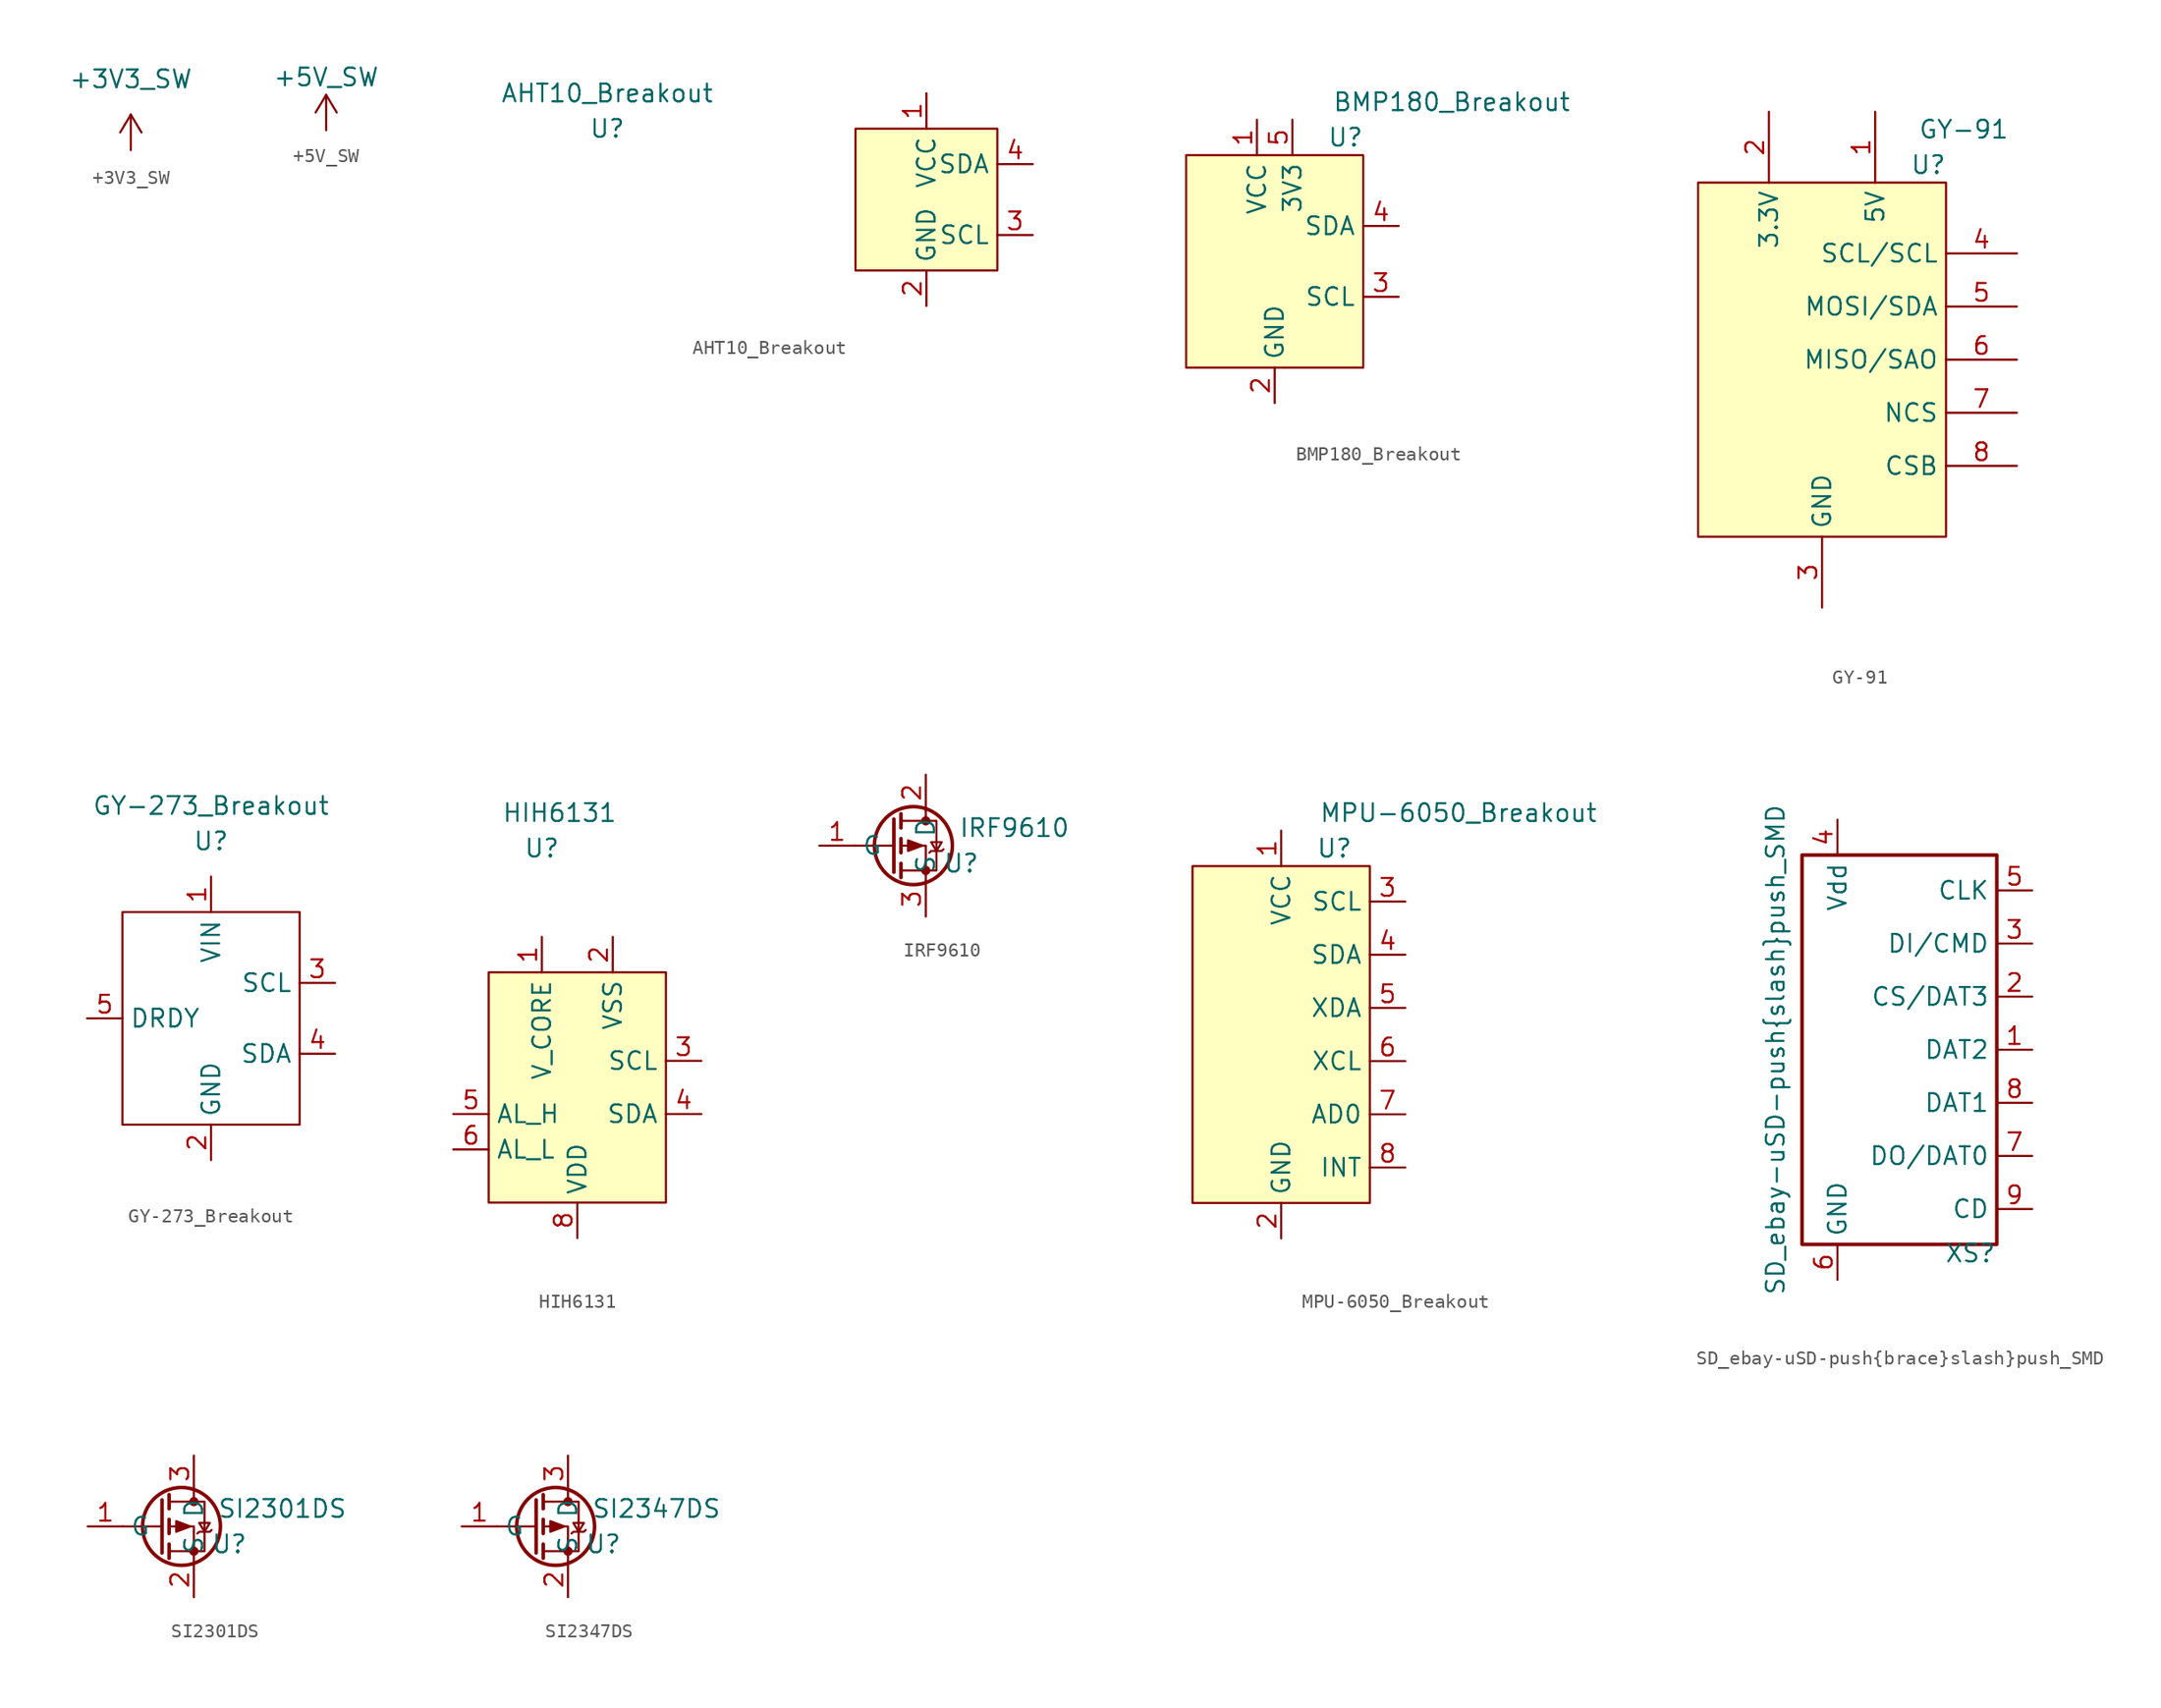
<source format=kicad_sym>
(kicad_symbol_lib
  (version 20211014)
  (generator kicad_symbol_editor)
  (symbol "+3V3_SW"
    (power)
    (property "Reference" "U"
      (at 0 7.62 0)
      (effects (font (size 1.27 1.27)) hide))
    (property "Value" "+3V3_SW"
      (at 0 5.08 0)
      (effects (font (size 1.27 1.27))))
    (symbol "+3V3_SW_0_1"
      (polyline (pts (xy 0 0) (xy 0 2.54)) (stroke (width 0) (type default) (color 0 0 0 0)) (fill (type none)))
      (polyline (pts (xy 0 2.54) (xy -0.762 1.27)) (stroke (width 0) (type default) (color 0 0 0 0)) (fill (type none)))
      (polyline (pts (xy 0 2.54) (xy 0.762 1.27)) (stroke (width 0) (type default) (color 0 0 0 0)) (fill (type none))))
    (symbol "+3V3_SW_1_1"
      (pin power_in line (at 0 0 90) (length 0) hide (name "+3V3_SW" (effects (font (size 1.27 1.27)))) (number "1" (effects (font (size 1.27 1.27)))))))
  (symbol "+5V_SW"
    (power)
    (property "Reference" "U"
      (at 0 7.62 0)
      (effects (font (size 1.27 1.27)) hide))
    (property "Value" "+5V_SW"
      (at 0 3.81 0)
      (effects (font (size 1.27 1.27))))
    (symbol "+5V_SW_0_1"
      (polyline (pts (xy 0 0) (xy 0 2.54)) (stroke (width 0) (type default) (color 0 0 0 0)) (fill (type none)))
      (polyline (pts (xy 0 2.54) (xy -0.762 1.27)) (stroke (width 0) (type default) (color 0 0 0 0)) (fill (type none)))
      (polyline (pts (xy 0 2.54) (xy 0.762 1.27)) (stroke (width 0) (type default) (color 0 0 0 0)) (fill (type none))))
    (symbol "+5V_SW_1_1"
      (pin power_in line (at 0 0 90) (length 0) hide (name "+5V_SW" (effects (font (size 1.27 1.27)))) (number "1" (effects (font (size 1.27 1.27)))))))
  (symbol "AHT10_Breakout"
    (property "Reference" "U"
      (at -22.86 5.08 0)
      (effects (font (size 1.27 1.27))))
    (property "Value" "AHT10_Breakout"
      (at -22.86 7.62 0)
      (effects (font (size 1.27 1.27))))
    (symbol "AHT10_Breakout_0_1"
      (rectangle (start -5.08 5.08) (end 5.08 -5.08) (stroke (width 0) (type default) (color 0 0 0 0)) (fill (type background))))
    (symbol "AHT10_Breakout_1_1"
      (pin power_in line (at 0 7.62 270) (length 2.54) (name "VCC" (effects (font (size 1.27 1.27)))) (number "1" (effects (font (size 1.27 1.27)))))
      (pin power_in line (at 0 -7.62 90) (length 2.54) (name "GND" (effects (font (size 1.27 1.27)))) (number "2" (effects (font (size 1.27 1.27)))))
      (pin bidirectional line (at 7.62 -2.54 180) (length 2.54) (name "SCL" (effects (font (size 1.27 1.27)))) (number "3" (effects (font (size 1.27 1.27)))))
      (pin bidirectional line (at 7.62 2.54 180) (length 2.54) (name "SDA" (effects (font (size 1.27 1.27)))) (number "4" (effects (font (size 1.27 1.27)))))))
  (symbol "BMP180_Breakout"
    (property "Reference" "U"
      (at 5.08 8.89 0)
      (effects (font (size 1.27 1.27))))
    (property "Value" "BMP180_Breakout"
      (at 12.7 11.43 0)
      (effects (font (size 1.27 1.27))))
    (symbol "BMP180_Breakout_0_1"
      (rectangle (start -6.35 7.62) (end 6.35 -7.62) (stroke (width 0) (type default) (color 0 0 0 0)) (fill (type background))))
    (symbol "BMP180_Breakout_1_1"
      (pin power_in line (at -1.27 10.16 270) (length 2.54) (name "VCC" (effects (font (size 1.27 1.27)))) (number "1" (effects (font (size 1.27 1.27)))))
      (pin power_in line (at 0 -10.16 90) (length 2.54) (name "GND" (effects (font (size 1.27 1.27)))) (number "2" (effects (font (size 1.27 1.27)))))
      (pin bidirectional line (at 8.89 -2.54 180) (length 2.54) (name "SCL" (effects (font (size 1.27 1.27)))) (number "3" (effects (font (size 1.27 1.27)))))
      (pin bidirectional line (at 8.89 2.54 180) (length 2.54) (name "SDA" (effects (font (size 1.27 1.27)))) (number "4" (effects (font (size 1.27 1.27)))))
      (pin power_in line (at 1.27 10.16 270) (length 2.54) (name "3V3" (effects (font (size 1.27 1.27)))) (number "5" (effects (font (size 1.27 1.27)))))))
  (symbol "GY-91"
    (property "Reference" "U"
      (at 7.62 13.97 0)
      (effects (font (size 1.27 1.27))))
    (property "Value" "GY-91"
      (at 10.16 16.51 0)
      (effects (font (size 1.27 1.27))))
    (symbol "GY-91_0_1"
      (rectangle (start -8.89 12.7) (end 8.89 -12.7) (stroke (width 0) (type default) (color 0 0 0 0)) (fill (type background))))
    (symbol "GY-91_1_1"
      (pin power_in line (at 3.81 17.78 270) (length 5.08) (name "5V" (effects (font (size 1.27 1.27)))) (number "1" (effects (font (size 1.27 1.27)))))
      (pin power_in line (at -3.81 17.78 270) (length 5.08) (name "3.3V" (effects (font (size 1.27 1.27)))) (number "2" (effects (font (size 1.27 1.27)))))
      (pin power_in line (at 0 -17.78 90) (length 5.08) (name "GND" (effects (font (size 1.27 1.27)))) (number "3" (effects (font (size 1.27 1.27)))))
      (pin bidirectional line (at 13.97 7.62 180) (length 5.08) (name "SCL/SCL" (effects (font (size 1.27 1.27)))) (number "4" (effects (font (size 1.27 1.27)))))
      (pin bidirectional line (at 13.97 3.81 180) (length 5.08) (name "MOSI/SDA" (effects (font (size 1.27 1.27)))) (number "5" (effects (font (size 1.27 1.27)))))
      (pin bidirectional line (at 13.97 0 180) (length 5.08) (name "MISO/SAO" (effects (font (size 1.27 1.27)))) (number "6" (effects (font (size 1.27 1.27)))))
      (pin bidirectional line (at 13.97 -3.81 180) (length 5.08) (name "NCS" (effects (font (size 1.27 1.27)))) (number "7" (effects (font (size 1.27 1.27)))))
      (pin bidirectional line (at 13.97 -7.62 180) (length 5.08) (name "CSB" (effects (font (size 1.27 1.27)))) (number "8" (effects (font (size 1.27 1.27)))))))
  (symbol "GY-273_Breakout"
    (property "Reference" "U"
      (at 0 3.81 0)
      (effects (font (size 1.27 1.27))))
    (property "Value" "GY-273_Breakout"
      (at 0 6.35 0)
      (effects (font (size 1.27 1.27))))
    (symbol "GY-273_Breakout_0_1"
      (rectangle (start -6.35 -1.27) (end 6.35 -16.51) (stroke (width 0) (type default) (color 0 0 0 0)) (fill (type none))))
    (symbol "GY-273_Breakout_1_1"
      (pin power_in line (at 0 1.27 270) (length 2.54) (name "VIN" (effects (font (size 1.27 1.27)))) (number "1" (effects (font (size 1.27 1.27)))))
      (pin power_in line (at 0 -19.05 90) (length 2.54) (name "GND" (effects (font (size 1.27 1.27)))) (number "2" (effects (font (size 1.27 1.27)))))
      (pin bidirectional line (at 8.89 -6.35 180) (length 2.54) (name "SCL" (effects (font (size 1.27 1.27)))) (number "3" (effects (font (size 1.27 1.27)))))
      (pin bidirectional line (at 8.89 -11.43 180) (length 2.54) (name "SDA" (effects (font (size 1.27 1.27)))) (number "4" (effects (font (size 1.27 1.27)))))
      (pin bidirectional line (at -8.89 -8.89 0) (length 2.54) (name "DRDY" (effects (font (size 1.27 1.27)))) (number "5" (effects (font (size 1.27 1.27)))))))
  (symbol "HIH6131"
    (property "Reference" "U"
      (at 0 6.35 0)
      (effects (font (size 1.27 1.27))))
    (property "Value" "HIH6131"
      (at 1.27 8.89 0)
      (effects (font (size 1.27 1.27))))
    (symbol "HIH6131_0_1"
      (rectangle (start -3.81 -2.54) (end 8.89 -19.05) (stroke (width 0) (type default) (color 0 0 0 0)) (fill (type background))))
    (symbol "HIH6131_1_1"
      (pin power_in line (at 0 0 270) (length 2.54) (name "V_CORE" (effects (font (size 1.27 1.27)))) (number "1" (effects (font (size 1.27 1.27)))))
      (pin power_in line (at 5.08 0 270) (length 2.54) (name "VSS" (effects (font (size 1.27 1.27)))) (number "2" (effects (font (size 1.27 1.27)))))
      (pin bidirectional line (at 11.43 -8.89 180) (length 2.54) (name "SCL" (effects (font (size 1.27 1.27)))) (number "3" (effects (font (size 1.27 1.27)))))
      (pin bidirectional line (at 11.43 -12.7 180) (length 2.54) (name "SDA" (effects (font (size 1.27 1.27)))) (number "4" (effects (font (size 1.27 1.27)))))
      (pin bidirectional line (at -6.35 -12.7 0) (length 2.54) (name "AL_H" (effects (font (size 1.27 1.27)))) (number "5" (effects (font (size 1.27 1.27)))))
      (pin bidirectional line (at -6.35 -15.24 0) (length 2.54) (name "AL_L" (effects (font (size 1.27 1.27)))) (number "6" (effects (font (size 1.27 1.27)))))
      (pin power_in line (at 2.54 -21.59 90) (length 2.54) (name "VDD" (effects (font (size 1.27 1.27)))) (number "8" (effects (font (size 1.27 1.27)))))))
  (symbol "IRF9610"
    (property "Reference" "U"
      (at 2.54 -1.27 0)
      (effects (font (size 1.27 1.27))))
    (property "Value" "IRF9610"
      (at 6.35 1.27 0)
      (effects (font (size 1.27 1.27))))
    (symbol "IRF9610_0_1"
      (circle (center -0.889 0) (radius 2.794) (stroke (width 0.254) (type default) (color 0 0 0 0)) (fill (type none)))
      (circle (center 0 -1.778) (radius 0.254) (stroke (width 0) (type default) (color 0 0 0 0)) (fill (type outline)))
      (polyline (pts (xy -2.286 0) (xy -5.08 0)) (stroke (width 0) (type default) (color 0 0 0 0)) (fill (type none)))
      (polyline (pts (xy -2.286 1.905) (xy -2.286 -1.905)) (stroke (width 0.254) (type default) (color 0 0 0 0)) (fill (type none)))
      (polyline (pts (xy -1.778 -1.27) (xy -1.778 -2.286)) (stroke (width 0.254) (type default) (color 0 0 0 0)) (fill (type none)))
      (polyline (pts (xy -1.778 0.508) (xy -1.778 -0.508)) (stroke (width 0.254) (type default) (color 0 0 0 0)) (fill (type none)))
      (polyline (pts (xy -1.778 2.286) (xy -1.778 1.27)) (stroke (width 0.254) (type default) (color 0 0 0 0)) (fill (type none)))
      (polyline (pts (xy 0 2.54) (xy 0 1.778)) (stroke (width 0) (type default) (color 0 0 0 0)) (fill (type none)))
      (polyline (pts (xy 0 -2.54) (xy 0 0) (xy -1.778 0)) (stroke (width 0) (type default) (color 0 0 0 0)) (fill (type none)))
      (polyline (pts (xy -1.778 1.778) (xy 0.762 1.778) (xy 0.762 -1.778) (xy -1.778 -1.778)) (stroke (width 0) (type default) (color 0 0 0 0)) (fill (type none)))
      (polyline (pts (xy -0.254 0) (xy -1.27 0.381) (xy -1.27 -0.381) (xy -0.254 0)) (stroke (width 0) (type default) (color 0 0 0 0)) (fill (type outline)))
      (polyline (pts (xy 0.254 -0.508) (xy 0.381 -0.381) (xy 1.143 -0.381) (xy 1.27 -0.254)) (stroke (width 0) (type default) (color 0 0 0 0)) (fill (type none)))
      (polyline (pts (xy 0.762 -0.381) (xy 0.381 0.254) (xy 1.143 0.254) (xy 0.762 -0.381)) (stroke (width 0) (type default) (color 0 0 0 0)) (fill (type none)))
      (circle (center 0 1.778) (radius 0.254) (stroke (width 0) (type default) (color 0 0 0 0)) (fill (type outline))))
    (symbol "IRF9610_1_1"
      (pin input line (at -7.62 0 0) (length 2.54) (name "G" (effects (font (size 1.27 1.27)))) (number "1" (effects (font (size 1.27 1.27)))))
      (pin passive line (at 0 5.08 270) (length 2.54) (name "D" (effects (font (size 1.27 1.27)))) (number "2" (effects (font (size 1.27 1.27)))))
      (pin passive line (at 0 -5.08 90) (length 2.54) (name "S" (effects (font (size 1.27 1.27)))) (number "3" (effects (font (size 1.27 1.27)))))))
  (symbol "MPU-6050_Breakout"
    (property "Reference" "U"
      (at 3.81 12.7 0)
      (effects (font (size 1.27 1.27))))
    (property "Value" "MPU-6050_Breakout"
      (at 12.7 15.24 0)
      (effects (font (size 1.27 1.27))))
    (symbol "MPU-6050_Breakout_0_1"
      (rectangle (start 6.35 11.43) (end -6.35 -12.7) (stroke (width 0) (type default) (color 0 0 0 0)) (fill (type background))))
    (symbol "MPU-6050_Breakout_1_1"
      (pin power_in line (at 0 13.97 270) (length 2.54) (name "VCC" (effects (font (size 1.27 1.27)))) (number "1" (effects (font (size 1.27 1.27)))))
      (pin power_in line (at 0 -15.24 90) (length 2.54) (name "GND" (effects (font (size 1.27 1.27)))) (number "2" (effects (font (size 1.27 1.27)))))
      (pin bidirectional line (at 8.89 8.89 180) (length 2.54) (name "SCL" (effects (font (size 1.27 1.27)))) (number "3" (effects (font (size 1.27 1.27)))))
      (pin bidirectional line (at 8.89 5.08 180) (length 2.54) (name "SDA" (effects (font (size 1.27 1.27)))) (number "4" (effects (font (size 1.27 1.27)))))
      (pin bidirectional line (at 8.89 1.27 180) (length 2.54) (name "XDA" (effects (font (size 1.27 1.27)))) (number "5" (effects (font (size 1.27 1.27)))))
      (pin bidirectional line (at 8.89 -2.54 180) (length 2.54) (name "XCL" (effects (font (size 1.27 1.27)))) (number "6" (effects (font (size 1.27 1.27)))))
      (pin bidirectional line (at 8.89 -6.35 180) (length 2.54) (name "AD0" (effects (font (size 1.27 1.27)))) (number "7" (effects (font (size 1.27 1.27)))))
      (pin bidirectional line (at 8.89 -10.16 180) (length 2.54) (name "INT" (effects (font (size 1.27 1.27)))) (number "8" (effects (font (size 1.27 1.27)))))))
  (symbol "SD_ebay-uSD-push{brace}slash}push_SMD"
    (property "Reference" "XS"
      (at 5.715 -14.605 0)
      (effects (font (size 1.27 1.27))))
    (property "Value" "SD_ebay-uSD-push{brace}slash}push_SMD"
      (at -8.255 0 90)
      (effects (font (size 1.27 1.27))))
    (symbol "SD_ebay-uSD-push{brace}slash}push_SMD_0_0"
      (rectangle (start -6.35 13.97) (end 7.62 -13.97) (stroke (width 0.254) (type default) (color 0 0 0 0)) (fill (type none))))
    (symbol "SD_ebay-uSD-push{brace}slash}push_SMD_1_1"
      (pin bidirectional line (at 10.16 0 180) (length 2.54) (name "DAT2" (effects (font (size 1.27 1.27)))) (number "1" (effects (font (size 1.27 1.27)))))
      (pin input line (at 10.16 3.81 180) (length 2.54) (name "CS/DAT3" (effects (font (size 1.27 1.27)))) (number "2" (effects (font (size 1.27 1.27)))))
      (pin input line (at 10.16 7.62 180) (length 2.54) (name "DI/CMD" (effects (font (size 1.27 1.27)))) (number "3" (effects (font (size 1.27 1.27)))))
      (pin input line (at -3.81 16.51 270) (length 2.54) (name "Vdd" (effects (font (size 1.27 1.27)))) (number "4" (effects (font (size 1.27 1.27)))))
      (pin input line (at 10.16 11.43 180) (length 2.54) (name "CLK" (effects (font (size 1.27 1.27)))) (number "5" (effects (font (size 1.27 1.27)))))
      (pin input line (at -3.81 -16.51 90) (length 2.54) (name "GND" (effects (font (size 1.27 1.27)))) (number "6" (effects (font (size 1.27 1.27)))))
      (pin input line (at 10.16 -7.62 180) (length 2.54) (name "DO/DAT0" (effects (font (size 1.27 1.27)))) (number "7" (effects (font (size 1.27 1.27)))))
      (pin bidirectional line (at 10.16 -3.81 180) (length 2.54) (name "DAT1" (effects (font (size 1.27 1.27)))) (number "8" (effects (font (size 1.27 1.27)))))
      (pin input line (at 10.16 -11.43 180) (length 2.54) (name "CD" (effects (font (size 1.27 1.27)))) (number "9" (effects (font (size 1.27 1.27)))))))
  (symbol "SI2301DS"
    (property "Reference" "U"
      (at 2.54 -1.27 0)
      (effects (font (size 1.27 1.27))))
    (property "Value" "SI2301DS"
      (at 6.35 1.27 0)
      (effects (font (size 1.27 1.27))))
    (symbol "SI2301DS_0_1"
      (circle (center -0.889 0) (radius 2.794) (stroke (width 0.254) (type default) (color 0 0 0 0)) (fill (type none)))
      (circle (center 0 -1.778) (radius 0.254) (stroke (width 0) (type default) (color 0 0 0 0)) (fill (type outline)))
      (polyline (pts (xy -2.286 0) (xy -5.08 0)) (stroke (width 0) (type default) (color 0 0 0 0)) (fill (type none)))
      (polyline (pts (xy -2.286 1.905) (xy -2.286 -1.905)) (stroke (width 0.254) (type default) (color 0 0 0 0)) (fill (type none)))
      (polyline (pts (xy -1.778 -1.27) (xy -1.778 -2.286)) (stroke (width 0.254) (type default) (color 0 0 0 0)) (fill (type none)))
      (polyline (pts (xy -1.778 0.508) (xy -1.778 -0.508)) (stroke (width 0.254) (type default) (color 0 0 0 0)) (fill (type none)))
      (polyline (pts (xy -1.778 2.286) (xy -1.778 1.27)) (stroke (width 0.254) (type default) (color 0 0 0 0)) (fill (type none)))
      (polyline (pts (xy 0 2.54) (xy 0 1.778)) (stroke (width 0) (type default) (color 0 0 0 0)) (fill (type none)))
      (polyline (pts (xy 0 -2.54) (xy 0 0) (xy -1.778 0)) (stroke (width 0) (type default) (color 0 0 0 0)) (fill (type none)))
      (polyline (pts (xy -1.778 1.778) (xy 0.762 1.778) (xy 0.762 -1.778) (xy -1.778 -1.778)) (stroke (width 0) (type default) (color 0 0 0 0)) (fill (type none)))
      (polyline (pts (xy -0.254 0) (xy -1.27 0.381) (xy -1.27 -0.381) (xy -0.254 0)) (stroke (width 0) (type default) (color 0 0 0 0)) (fill (type outline)))
      (polyline (pts (xy 0.254 -0.508) (xy 0.381 -0.381) (xy 1.143 -0.381) (xy 1.27 -0.254)) (stroke (width 0) (type default) (color 0 0 0 0)) (fill (type none)))
      (polyline (pts (xy 0.762 -0.381) (xy 0.381 0.254) (xy 1.143 0.254) (xy 0.762 -0.381)) (stroke (width 0) (type default) (color 0 0 0 0)) (fill (type none)))
      (circle (center 0 1.778) (radius 0.254) (stroke (width 0) (type default) (color 0 0 0 0)) (fill (type outline))))
    (symbol "SI2301DS_1_1"
      (pin input line (at -7.62 0 0) (length 2.54) (name "G" (effects (font (size 1.27 1.27)))) (number "1" (effects (font (size 1.27 1.27)))))
      (pin passive line (at 0 -5.08 90) (length 2.54) (name "S" (effects (font (size 1.27 1.27)))) (number "2" (effects (font (size 1.27 1.27)))))
      (pin passive line (at 0 5.08 270) (length 2.54) (name "D" (effects (font (size 1.27 1.27)))) (number "3" (effects (font (size 1.27 1.27)))))))
  (symbol "SI2347DS"
    (property "Reference" "U"
      (at 2.54 -1.27 0)
      (effects (font (size 1.27 1.27))))
    (property "Value" "SI2347DS"
      (at 6.35 1.27 0)
      (effects (font (size 1.27 1.27))))
    (symbol "SI2347DS_0_1"
      (circle (center -0.889 0) (radius 2.794) (stroke (width 0.254) (type default) (color 0 0 0 0)) (fill (type none)))
      (circle (center 0 -1.778) (radius 0.254) (stroke (width 0) (type default) (color 0 0 0 0)) (fill (type outline)))
      (polyline (pts (xy -2.286 0) (xy -5.08 0)) (stroke (width 0) (type default) (color 0 0 0 0)) (fill (type none)))
      (polyline (pts (xy -2.286 1.905) (xy -2.286 -1.905)) (stroke (width 0.254) (type default) (color 0 0 0 0)) (fill (type none)))
      (polyline (pts (xy -1.778 -1.27) (xy -1.778 -2.286)) (stroke (width 0.254) (type default) (color 0 0 0 0)) (fill (type none)))
      (polyline (pts (xy -1.778 0.508) (xy -1.778 -0.508)) (stroke (width 0.254) (type default) (color 0 0 0 0)) (fill (type none)))
      (polyline (pts (xy -1.778 2.286) (xy -1.778 1.27)) (stroke (width 0.254) (type default) (color 0 0 0 0)) (fill (type none)))
      (polyline (pts (xy 0 2.54) (xy 0 1.778)) (stroke (width 0) (type default) (color 0 0 0 0)) (fill (type none)))
      (polyline (pts (xy 0 -2.54) (xy 0 0) (xy -1.778 0)) (stroke (width 0) (type default) (color 0 0 0 0)) (fill (type none)))
      (polyline (pts (xy -1.778 1.778) (xy 0.762 1.778) (xy 0.762 -1.778) (xy -1.778 -1.778)) (stroke (width 0) (type default) (color 0 0 0 0)) (fill (type none)))
      (polyline (pts (xy -0.254 0) (xy -1.27 0.381) (xy -1.27 -0.381) (xy -0.254 0)) (stroke (width 0) (type default) (color 0 0 0 0)) (fill (type outline)))
      (polyline (pts (xy 0.254 -0.508) (xy 0.381 -0.381) (xy 1.143 -0.381) (xy 1.27 -0.254)) (stroke (width 0) (type default) (color 0 0 0 0)) (fill (type none)))
      (polyline (pts (xy 0.762 -0.381) (xy 0.381 0.254) (xy 1.143 0.254) (xy 0.762 -0.381)) (stroke (width 0) (type default) (color 0 0 0 0)) (fill (type none)))
      (circle (center 0 1.778) (radius 0.254) (stroke (width 0) (type default) (color 0 0 0 0)) (fill (type outline))))
    (symbol "SI2347DS_1_1"
      (pin input line (at -7.62 0 0) (length 2.54) (name "G" (effects (font (size 1.27 1.27)))) (number "1" (effects (font (size 1.27 1.27)))))
      (pin passive line (at 0 -5.08 90) (length 2.54) (name "S" (effects (font (size 1.27 1.27)))) (number "2" (effects (font (size 1.27 1.27)))))
      (pin passive line (at 0 5.08 270) (length 2.54) (name "D" (effects (font (size 1.27 1.27)))) (number "3" (effects (font (size 1.27 1.27))))))))
</source>
